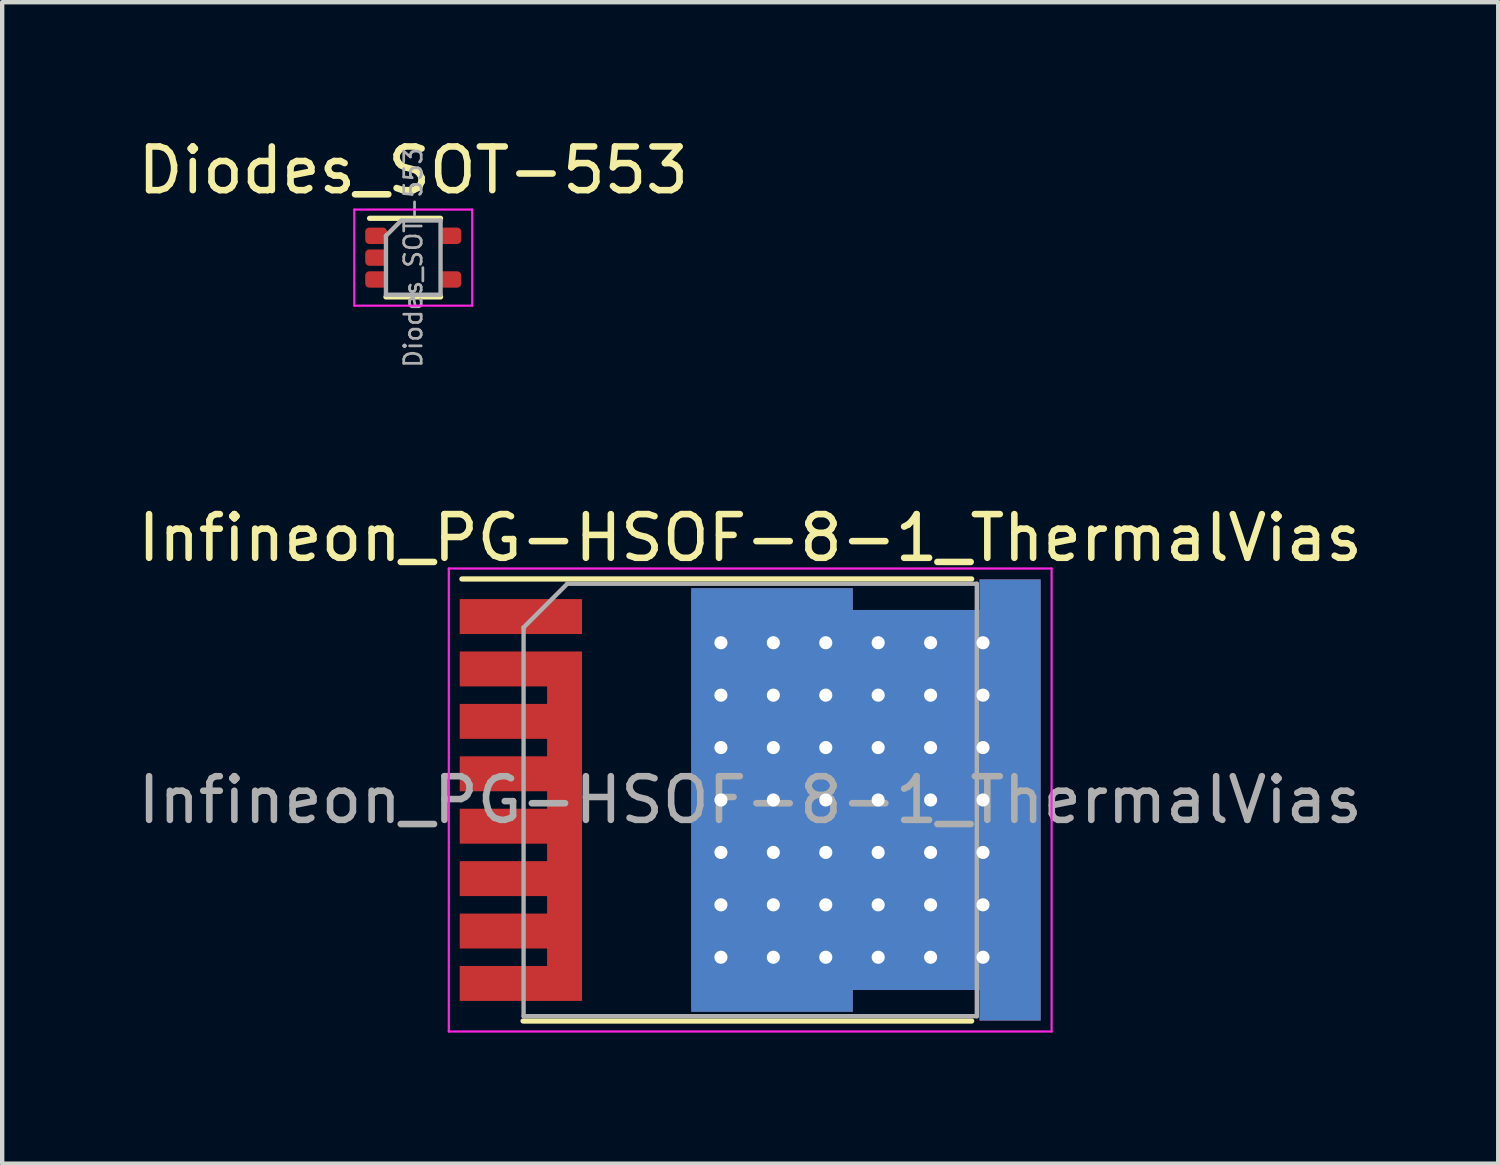
<source format=kicad_pcb>
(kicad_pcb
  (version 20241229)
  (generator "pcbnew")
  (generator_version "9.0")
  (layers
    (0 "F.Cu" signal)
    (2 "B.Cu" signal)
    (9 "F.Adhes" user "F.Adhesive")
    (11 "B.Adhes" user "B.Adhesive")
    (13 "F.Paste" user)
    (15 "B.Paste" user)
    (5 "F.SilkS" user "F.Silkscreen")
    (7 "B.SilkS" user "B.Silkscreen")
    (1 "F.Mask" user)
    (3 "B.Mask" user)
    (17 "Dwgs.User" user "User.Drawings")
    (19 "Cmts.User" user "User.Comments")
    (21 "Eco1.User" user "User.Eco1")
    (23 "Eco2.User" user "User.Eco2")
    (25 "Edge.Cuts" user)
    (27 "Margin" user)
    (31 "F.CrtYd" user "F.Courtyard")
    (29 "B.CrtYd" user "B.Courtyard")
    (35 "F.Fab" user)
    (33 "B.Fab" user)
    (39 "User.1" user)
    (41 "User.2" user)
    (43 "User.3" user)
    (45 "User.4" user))
  (footprint "Infineon_PG-HSOF-8-1_ThermalVias"
    (layer "F.Cu")
    (at 14.125 15.265)
    (property "Reference" "Infineon_PG-HSOF-8-1_ThermalVias" (at 0 -6 0) (layer "F.SilkS") (effects (font (size 1 1) (thickness 0.15))))
    (attr smd)
    (fp_line (start -5.2 5.06) (end 5.07 5.06) (stroke (width 0.12) (type solid)) (layer "F.SilkS"))
    (fp_line (start 5.07 -5.06) (end -6.6 -5.06) (stroke (width 0.12) (type solid)) (layer "F.SilkS"))
    (fp_line (start -6.9 5.3) (end -6.9 -5.3) (stroke (width 0.05) (type solid)) (layer "F.CrtYd"))
    (fp_line (start -6.9 5.3) (end 6.9 5.3) (stroke (width 0.05) (type solid)) (layer "F.CrtYd"))
    (fp_line (start 6.9 -5.3) (end -6.9 -5.3) (stroke (width 0.05) (type solid)) (layer "F.CrtYd"))
    (fp_line (start 6.9 -5.3) (end 6.9 5.3) (stroke (width 0.05) (type solid)) (layer "F.CrtYd"))
    (fp_line (start -5.188 4.95) (end -5.188 -3.95) (stroke (width 0.1) (type solid)) (layer "F.Fab"))
    (fp_line (start -4.188 -4.95) (end -5.188 -3.95) (stroke (width 0.1) (type solid)) (layer "F.Fab"))
    (fp_line (start -4.188 -4.95) (end 5.188 -4.95) (stroke (width 0.1) (type solid)) (layer "F.Fab"))
    (fp_line (start 5.188 -4.95) (end 5.188 4.95) (stroke (width 0.1) (type solid)) (layer "F.Fab"))
    (fp_line (start 5.188 4.95) (end -5.188 4.95) (stroke (width 0.1) (type solid)) (layer "F.Fab"))
    (fp_text user "${REFERENCE}" (at 0 0 0) (layer "F.Fab") (effects (font (size 1 1) (thickness 0.15))))
    (pad "" smd rect (at -5.25 -4.2) (size 2.6 0.7) (layers "F.Paste"))
    (pad "" smd rect (at -5.25 -3) (size 2.6 0.7) (layers "F.Paste"))
    (pad "" smd rect (at -5.25 -1.8) (size 2.6 0.7) (layers "F.Paste"))
    (pad "" smd rect (at -5.25 -0.6) (size 2.6 0.7) (layers "F.Paste"))
    (pad "" smd rect (at -5.25 0.6) (size 2.6 0.7) (layers "F.Paste"))
    (pad "" smd rect (at -5.25 1.8) (size 2.6 0.7) (layers "F.Paste"))
    (pad "" smd rect (at -5.25 3) (size 2.6 0.7) (layers "F.Paste"))
    (pad "" smd rect (at -5.25 4.2) (size 2.6 0.7) (layers "F.Paste"))
    (pad "" smd circle (at -0.07 -4.2) (size 1 1) (layers "F.Paste"))
    (pad "" smd circle (at -0.07 -3) (size 1 1) (layers "F.Paste"))
    (pad "" smd circle (at -0.07 -1.8) (size 1 1) (layers "F.Paste"))
    (pad "" smd circle (at -0.07 -0.6) (size 1 1) (layers "F.Paste"))
    (pad "" smd circle (at -0.07 0.6) (size 1 1) (layers "F.Paste"))
    (pad "" smd circle (at -0.07 1.8) (size 1 1) (layers "F.Paste"))
    (pad "" smd circle (at -0.07 3) (size 1 1) (layers "F.Paste"))
    (pad "" smd circle (at -0.07 4.2) (size 1 1) (layers "F.Paste"))
    (pad "" smd circle (at 1.13 -4.2) (size 1 1) (layers "F.Paste"))
    (pad "" smd circle (at 1.13 -3) (size 1 1) (layers "F.Paste"))
    (pad "" smd circle (at 1.13 -1.8) (size 1 1) (layers "F.Paste"))
    (pad "" smd circle (at 1.13 -0.6) (size 1 1) (layers "F.Paste"))
    (pad "" smd circle (at 1.13 0.6) (size 1 1) (layers "F.Paste"))
    (pad "" smd circle (at 1.13 1.8) (size 1 1) (layers "F.Paste"))
    (pad "" smd circle (at 1.13 3) (size 1 1) (layers "F.Paste"))
    (pad "" smd circle (at 1.13 4.2) (size 1 1) (layers "F.Paste"))
    (pad "" smd circle (at 2.33 -3) (size 1 1) (layers "F.Paste"))
    (pad "" smd circle (at 2.33 -1.8) (size 1 1) (layers "F.Paste"))
    (pad "" smd circle (at 2.33 -0.6) (size 1 1) (layers "F.Paste"))
    (pad "" smd circle (at 2.33 0.6) (size 1 1) (layers "F.Paste"))
    (pad "" smd circle (at 2.33 1.8) (size 1 1) (layers "F.Paste"))
    (pad "" smd circle (at 2.33 3) (size 1 1) (layers "F.Paste"))
    (pad "" smd circle (at 3.53 -3) (size 1 1) (layers "F.Paste"))
    (pad "" smd circle (at 3.53 -1.8) (size 1 1) (layers "F.Paste"))
    (pad "" smd circle (at 3.53 -0.6) (size 1 1) (layers "F.Paste"))
    (pad "" smd circle (at 3.53 0.6) (size 1 1) (layers "F.Paste"))
    (pad "" smd circle (at 3.53 1.8) (size 1 1) (layers "F.Paste"))
    (pad "" smd circle (at 3.53 3) (size 1 1) (layers "F.Paste"))
    (pad "" smd circle (at 4.73 -3) (size 1 1) (layers "F.Paste"))
    (pad "" smd circle (at 4.73 -1.8) (size 1 1) (layers "F.Paste"))
    (pad "" smd circle (at 4.73 -0.6) (size 1 1) (layers "F.Paste"))
    (pad "" smd circle (at 4.73 0.6) (size 1 1) (layers "F.Paste"))
    (pad "" smd circle (at 4.73 1.8) (size 1 1) (layers "F.Paste"))
    (pad "" smd circle (at 4.73 3) (size 1 1) (layers "F.Paste"))
    (pad "" smd circle (at 5.93 -4.2) (size 1 1) (layers "F.Paste"))
    (pad "" smd circle (at 5.93 -3) (size 1 1) (layers "F.Paste"))
    (pad "" smd circle (at 5.93 -1.8) (size 1 1) (layers "F.Paste"))
    (pad "" smd circle (at 5.93 -0.6) (size 1 1) (layers "F.Paste"))
    (pad "" smd circle (at 5.93 0.6) (size 1 1) (layers "F.Paste"))
    (pad "" smd circle (at 5.93 1.8) (size 1 1) (layers "F.Paste"))
    (pad "" smd circle (at 5.93 3) (size 1 1) (layers "F.Paste"))
    (pad "" smd circle (at 5.93 4.2) (size 1 1) (layers "F.Paste"))
    (pad "1" smd rect (at -5.25 -4.2) (size 2.8 0.8) (layers "F.Cu" "F.Mask"))
    (pad "2" smd custom (at -4.25 0.6) (size 0.8 8) (layers "F.Cu" "F.Mask") (options (anchor rect)) (primitives (gr_poly (pts (xy -0.4 -3.2) (xy -2.4 -3.2) (xy -2.4 -4) (xy -0.4 -4)) (width 0) (fill yes)) (gr_poly (pts (xy -0.4 -2) (xy -2.4 -2) (xy -2.4 -2.8) (xy -0.4 -2.8)) (width 0) (fill yes)) (gr_poly (pts (xy -0.4 -0.8) (xy -2.4 -0.8) (xy -2.4 -1.6) (xy -0.4 -1.6)) (width 0) (fill yes)) (gr_poly (pts (xy -0.4 0.4) (xy -2.4 0.4) (xy -2.4 -0.4) (xy -0.4 -0.4)) (width 0) (fill yes)) (gr_poly (pts (xy -0.4 1.6) (xy -2.4 1.6) (xy -2.4 0.8) (xy -0.4 0.8)) (width 0) (fill yes)) (gr_poly (pts (xy -0.4 2.8) (xy -2.4 2.8) (xy -2.4 2) (xy -0.4 2)) (width 0) (fill yes)) (gr_poly (pts (xy -0.4 4) (xy -2.4 4) (xy -2.4 3.2) (xy -0.4 3.2)) (width 0) (fill yes))))
    (pad "3" thru_hole circle (at -0.67 -3.6) (size 0.6 0.6) (drill 0.3) (layers "*.Cu"))
    (pad "3" thru_hole circle (at -0.67 -2.4) (size 0.6 0.6) (drill 0.3) (layers "*.Cu"))
    (pad "3" thru_hole circle (at -0.67 -1.2) (size 0.6 0.6) (drill 0.3) (layers "*.Cu"))
    (pad "3" thru_hole circle (at -0.67 0) (size 0.6 0.6) (drill 0.3) (layers "*.Cu"))
    (pad "3" thru_hole circle (at -0.67 1.2) (size 0.6 0.6) (drill 0.3) (layers "*.Cu"))
    (pad "3" thru_hole circle (at -0.67 2.4) (size 0.6 0.6) (drill 0.3) (layers "*.Cu"))
    (pad "3" thru_hole circle (at -0.67 3.6) (size 0.6 0.6) (drill 0.3) (layers "*.Cu"))
    (pad "3" thru_hole circle (at 0.53 -3.6) (size 0.6 0.6) (drill 0.3) (layers "*.Cu"))
    (pad "3" thru_hole circle (at 0.53 -2.4) (size 0.6 0.6) (drill 0.3) (layers "*.Cu"))
    (pad "3" thru_hole circle (at 0.53 -1.2) (size 0.6 0.6) (drill 0.3) (layers "*.Cu"))
    (pad "3" thru_hole circle (at 0.53 0) (size 0.6 0.6) (drill 0.3) (layers "*.Cu"))
    (pad "3" thru_hole circle (at 0.53 1.2) (size 0.6 0.6) (drill 0.3) (layers "*.Cu"))
    (pad "3" thru_hole circle (at 0.53 2.4) (size 0.6 0.6) (drill 0.3) (layers "*.Cu"))
    (pad "3" thru_hole circle (at 0.53 3.6) (size 0.6 0.6) (drill 0.3) (layers "*.Cu"))
    (pad "3" thru_hole circle (at 1.73 -3.6) (size 0.6 0.6) (drill 0.3) (layers "*.Cu"))
    (pad "3" thru_hole circle (at 1.73 -2.4) (size 0.6 0.6) (drill 0.3) (layers "*.Cu"))
    (pad "3" thru_hole circle (at 1.73 -1.2) (size 0.6 0.6) (drill 0.3) (layers "*.Cu"))
    (pad "3" thru_hole circle (at 1.73 0) (size 0.6 0.6) (drill 0.3) (layers "*.Cu"))
    (pad "3" thru_hole circle (at 1.73 1.2) (size 0.6 0.6) (drill 0.3) (layers "*.Cu"))
    (pad "3" thru_hole circle (at 1.73 2.4) (size 0.6 0.6) (drill 0.3) (layers "*.Cu"))
    (pad "3" thru_hole circle (at 1.73 3.6) (size 0.6 0.6) (drill 0.3) (layers "*.Cu"))
    (pad "3" thru_hole circle (at 2.93 -3.6) (size 0.6 0.6) (drill 0.3) (layers "*.Cu"))
    (pad "3" thru_hole circle (at 2.93 -2.4) (size 0.6 0.6) (drill 0.3) (layers "*.Cu"))
    (pad "3" thru_hole circle (at 2.93 -1.2) (size 0.6 0.6) (drill 0.3) (layers "*.Cu"))
    (pad "3" thru_hole circle (at 2.93 0) (size 0.6 0.6) (drill 0.3) (layers "*.Cu"))
    (pad "3" thru_hole circle (at 2.93 1.2) (size 0.6 0.6) (drill 0.3) (layers "*.Cu"))
    (pad "3" thru_hole circle (at 2.93 2.4) (size 0.6 0.6) (drill 0.3) (layers "*.Cu"))
    (pad "3" thru_hole circle (at 2.93 3.6) (size 0.6 0.6) (drill 0.3) (layers "*.Cu"))
    (pad "3" smd custom (at 3.8 0) (size 2.9 8.7) (layers "F.Cu" "F.Mask") (options (anchor rect)) (primitives (gr_poly (pts (xy 2.85 5.05) (xy 1.45 5.05) (xy 1.45 -5.05) (xy 2.85 -5.05)) (width 0) (fill yes)) (gr_poly (pts (xy -1.45 4.85) (xy -5.15 4.85) (xy -5.15 -4.85) (xy -1.45 -4.85)) (width 0) (fill yes))))
    (pad "3" smd custom (at 3.8 0) (size 2.9 8.7) (layers "B.Cu") (options (anchor rect)) (primitives (gr_poly (pts (xy 2.85 5.05) (xy 1.45 5.05) (xy 1.45 -5.05) (xy 2.85 -5.05)) (width 0) (fill yes)) (gr_poly (pts (xy -1.45 4.85) (xy -5.15 4.85) (xy -5.15 -4.85) (xy -1.45 -4.85)) (width 0) (fill yes))))
    (pad "3" thru_hole circle (at 4.13 -3.6) (size 0.6 0.6) (drill 0.3) (layers "*.Cu"))
    (pad "3" thru_hole circle (at 4.13 -2.4) (size 0.6 0.6) (drill 0.3) (layers "*.Cu"))
    (pad "3" thru_hole circle (at 4.13 -1.2) (size 0.6 0.6) (drill 0.3) (layers "*.Cu"))
    (pad "3" thru_hole circle (at 4.13 0) (size 0.6 0.6) (drill 0.3) (layers "*.Cu"))
    (pad "3" thru_hole circle (at 4.13 1.2) (size 0.6 0.6) (drill 0.3) (layers "*.Cu"))
    (pad "3" thru_hole circle (at 4.13 2.4) (size 0.6 0.6) (drill 0.3) (layers "*.Cu"))
    (pad "3" thru_hole circle (at 4.13 3.6) (size 0.6 0.6) (drill 0.3) (layers "*.Cu"))
    (pad "3" thru_hole circle (at 5.33 -3.6) (size 0.6 0.6) (drill 0.3) (layers "*.Cu"))
    (pad "3" thru_hole circle (at 5.33 -2.4) (size 0.6 0.6) (drill 0.3) (layers "*.Cu"))
    (pad "3" thru_hole circle (at 5.33 -1.2) (size 0.6 0.6) (drill 0.3) (layers "*.Cu"))
    (pad "3" thru_hole circle (at 5.33 0) (size 0.6 0.6) (drill 0.3) (layers "*.Cu"))
    (pad "3" thru_hole circle (at 5.33 1.2) (size 0.6 0.6) (drill 0.3) (layers "*.Cu"))
    (pad "3" thru_hole circle (at 5.33 2.4) (size 0.6 0.6) (drill 0.3) (layers "*.Cu"))
    (pad "3" thru_hole circle (at 5.33 3.6) (size 0.6 0.6) (drill 0.3) (layers "*.Cu")))
  (footprint "Diodes_SOT-553"
    (layer "F.Cu")
    (at 6.411 2.848)
    (property "Reference" "Diodes_SOT-553" (at 0 -2 0) (layer "F.SilkS") (effects (font (size 1 1) (thickness 0.15))))
    (attr smd)
    (fp_line (start -1 -0.9) (end 0.625 -0.9) (stroke (width 0.12) (type solid)) (layer "F.SilkS"))
    (fp_line (start 0.625 0.9) (end -0.625 0.9) (stroke (width 0.12) (type solid)) (layer "F.SilkS"))
    (fp_line (start -1.35 -1.1) (end -1.35 1.1) (stroke (width 0.05) (type solid)) (layer "F.CrtYd"))
    (fp_line (start -1.35 -1.1) (end 1.35 -1.1) (stroke (width 0.05) (type solid)) (layer "F.CrtYd"))
    (fp_line (start 1.35 1.1) (end -1.35 1.1) (stroke (width 0.05) (type solid)) (layer "F.CrtYd"))
    (fp_line (start 1.35 1.1) (end 1.35 -1.1) (stroke (width 0.05) (type solid)) (layer "F.CrtYd"))
    (fp_line (start -0.625 -0.5) (end -0.625 0.85) (stroke (width 0.1) (type solid)) (layer "F.Fab"))
    (fp_line (start -0.625 -0.5) (end -0.275 -0.85) (stroke (width 0.1) (type solid)) (layer "F.Fab"))
    (fp_line (start -0.625 0.85) (end 0.625 0.85) (stroke (width 0.1) (type solid)) (layer "F.Fab"))
    (fp_line (start 0.625 -0.85) (end -0.25 -0.85) (stroke (width 0.1) (type solid)) (layer "F.Fab"))
    (fp_line (start 0.625 0.85) (end 0.625 -0.85) (stroke (width 0.1) (type solid)) (layer "F.Fab"))
    (fp_text user "${REFERENCE}" (at 0 0 90) (layer "F.Fab") (effects (font (size 0.4 0.4) (thickness 0.062))))
    (pad "1" smd roundrect (at -0.85 -0.5) (size 0.5 0.375) (layers "F.Cu" "F.Mask" "F.Paste") (roundrect_rratio 0.25))
    (pad "2" smd roundrect (at -0.85 0) (size 0.5 0.375) (layers "F.Cu" "F.Mask" "F.Paste") (roundrect_rratio 0.25))
    (pad "3" smd roundrect (at -0.85 0.5) (size 0.5 0.375) (layers "F.Cu" "F.Mask" "F.Paste") (roundrect_rratio 0.25))
    (pad "4" smd roundrect (at 0.85 0.5) (size 0.5 0.375) (layers "F.Cu" "F.Mask" "F.Paste") (roundrect_rratio 0.25))
    (pad "5" smd roundrect (at 0.85 -0.5) (size 0.5 0.375) (layers "F.Cu" "F.Mask" "F.Paste") (roundrect_rratio 0.25)))
  (gr_rect
    (start -3 -3)
    (end 31.25 23.59)
    (stroke (width 0.1) (type default))
    (fill no)
    (layer "Edge.Cuts")))
</source>
